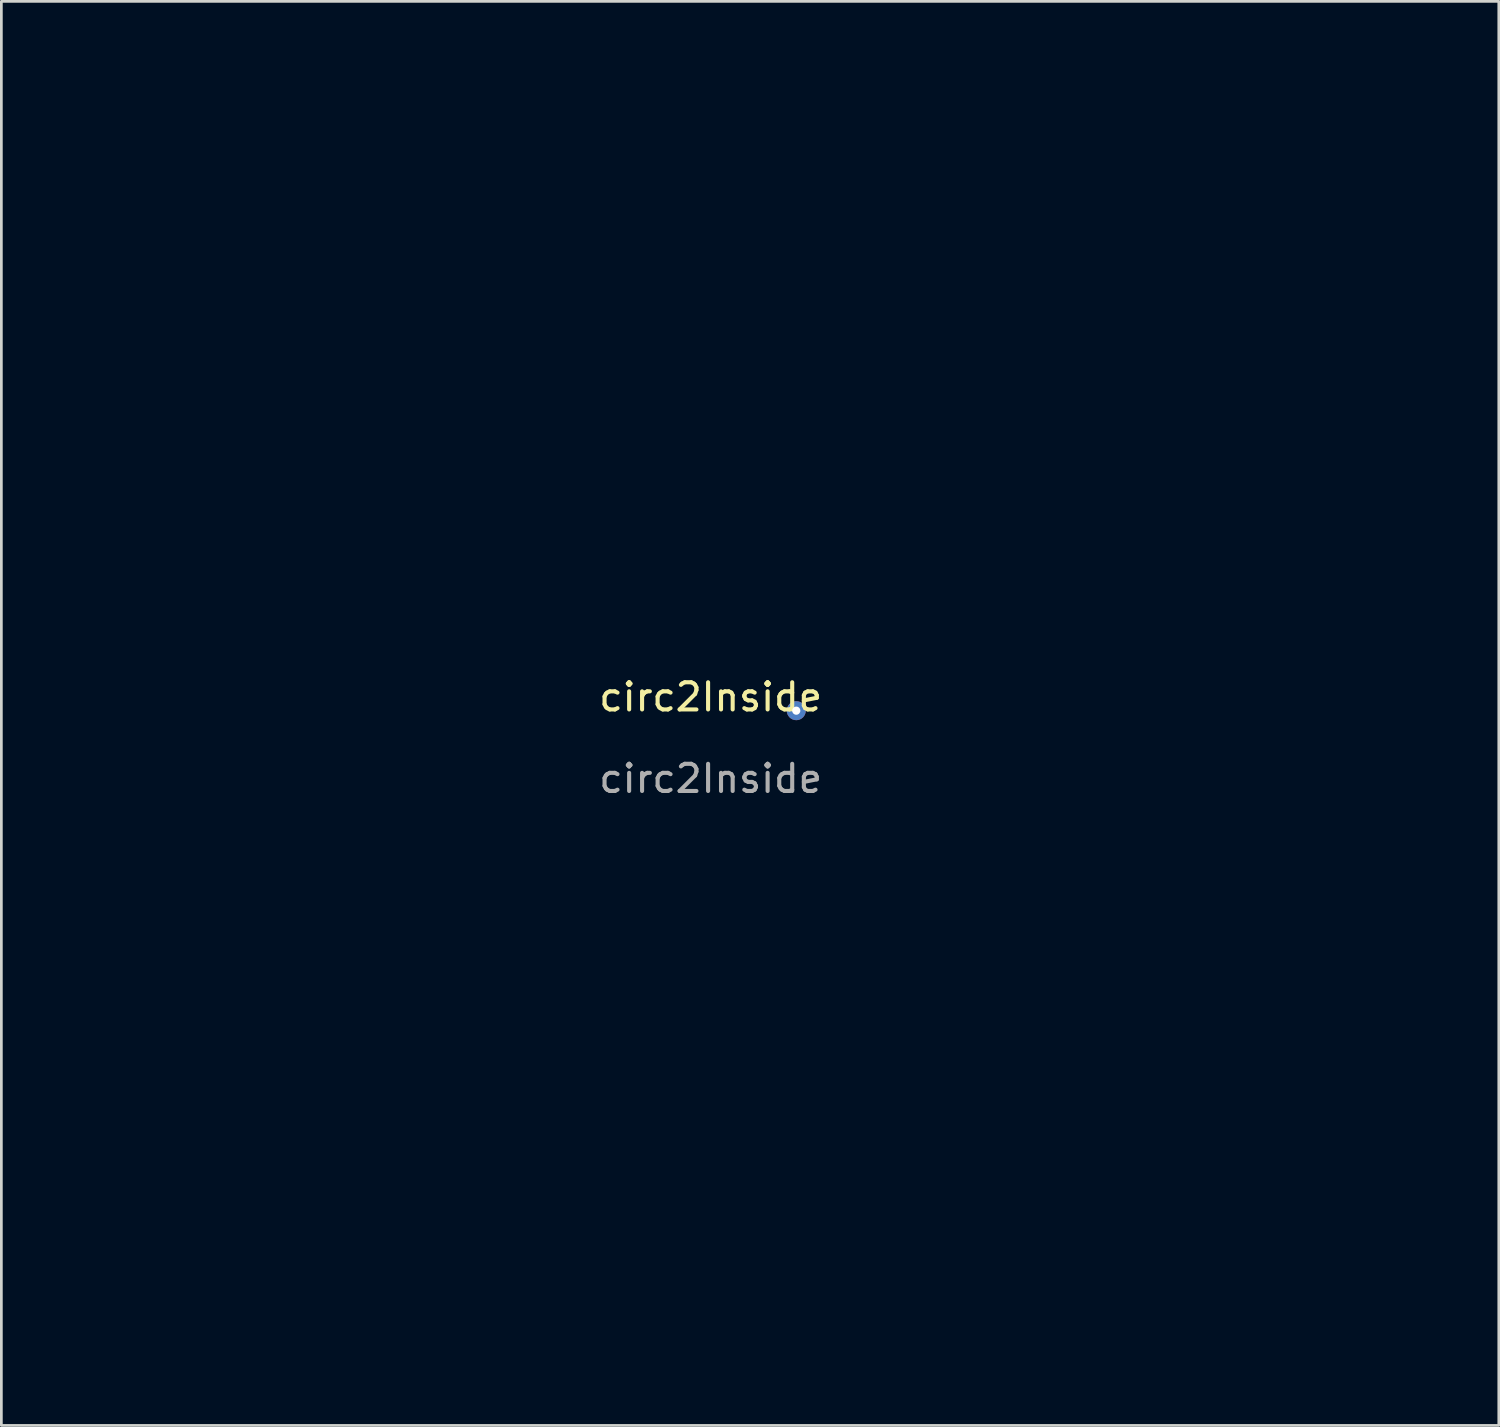
<source format=kicad_pcb>
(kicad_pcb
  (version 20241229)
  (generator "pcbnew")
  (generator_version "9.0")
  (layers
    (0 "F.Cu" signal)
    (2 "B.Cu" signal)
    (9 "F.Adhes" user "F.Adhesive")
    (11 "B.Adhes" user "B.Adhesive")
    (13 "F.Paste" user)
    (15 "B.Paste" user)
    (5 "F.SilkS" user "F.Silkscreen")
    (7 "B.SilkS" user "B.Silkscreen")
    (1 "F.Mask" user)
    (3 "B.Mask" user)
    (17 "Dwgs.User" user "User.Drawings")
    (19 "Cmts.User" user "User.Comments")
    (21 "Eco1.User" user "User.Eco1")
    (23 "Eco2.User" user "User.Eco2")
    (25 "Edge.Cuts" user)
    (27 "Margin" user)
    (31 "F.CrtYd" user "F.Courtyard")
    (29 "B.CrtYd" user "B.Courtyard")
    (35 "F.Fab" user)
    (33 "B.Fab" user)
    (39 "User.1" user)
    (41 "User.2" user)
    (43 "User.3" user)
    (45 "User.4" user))
  (footprint "circ2Inside"
    (layer "F.Cu")
    (at 23.1 23.1)
    (property "Reference" "circ2Inside" (at 0 -0.5 0) (unlocked yes) (layer "F.SilkS") (effects (font (size 1 1) (thickness 0.15))))
    (attr smd)
    (fp_line (start 23.4 0) (end 23.9 -0.5) (stroke (width 0.2) (type solid)) (layer "In1.Cu"))
    (fp_line (start 23.9 -0.5) (end 24.9 -0.5) (stroke (width 0.2) (type solid)) (layer "In1.Cu"))
    (fp_arc (start -23 0) (mid 0 -23) (end 23 0) (stroke (width 0.2) (type solid)) (layer "In1.Cu"))
    (fp_arc (start -22.6 0) (mid 0 -22.6) (end 22.6 0) (stroke (width 0.2) (type solid)) (layer "In1.Cu"))
    (fp_arc (start -22.2 0) (mid 0 -22.2) (end 22.2 0) (stroke (width 0.2) (type solid)) (layer "In1.Cu"))
    (fp_arc (start -21.8 0) (mid 0 -21.8) (end 21.8 0) (stroke (width 0.2) (type solid)) (layer "In1.Cu"))
    (fp_arc (start -21.4 0) (mid 0 -21.4) (end 21.4 0) (stroke (width 0.2) (type solid)) (layer "In1.Cu"))
    (fp_arc (start -21 0) (mid 0 -21) (end 21 0) (stroke (width 0.2) (type solid)) (layer "In1.Cu"))
    (fp_arc (start -20.6 0) (mid 0 -20.6) (end 20.6 0) (stroke (width 0.2) (type solid)) (layer "In1.Cu"))
    (fp_arc (start -20.2 0) (mid 0 -20.2) (end 20.2 0) (stroke (width 0.2) (type solid)) (layer "In1.Cu"))
    (fp_arc (start -19.8 0) (mid 0 -19.8) (end 19.8 0) (stroke (width 0.2) (type solid)) (layer "In1.Cu"))
    (fp_arc (start -19.4 0) (mid 0 -19.4) (end 19.4 0) (stroke (width 0.2) (type solid)) (layer "In1.Cu"))
    (fp_arc (start -19 0) (mid 0 -19) (end 19 0) (stroke (width 0.2) (type solid)) (layer "In1.Cu"))
    (fp_arc (start -18.6 0) (mid 0 -18.6) (end 18.6 0) (stroke (width 0.2) (type solid)) (layer "In1.Cu"))
    (fp_arc (start -18.2 0) (mid 0 -18.2) (end 18.2 0) (stroke (width 0.2) (type solid)) (layer "In1.Cu"))
    (fp_arc (start -17.8 0) (mid 0 -17.8) (end 17.8 0) (stroke (width 0.2) (type solid)) (layer "In1.Cu"))
    (fp_arc (start -17.4 0) (mid 0 -17.4) (end 17.4 0) (stroke (width 0.2) (type solid)) (layer "In1.Cu"))
    (fp_arc (start -17 0) (mid 0 -17) (end 17 0) (stroke (width 0.2) (type solid)) (layer "In1.Cu"))
    (fp_arc (start -16.6 0) (mid 0 -16.6) (end 16.6 0) (stroke (width 0.2) (type solid)) (layer "In1.Cu"))
    (fp_arc (start -16.2 0) (mid 0 -16.2) (end 16.2 0) (stroke (width 0.2) (type solid)) (layer "In1.Cu"))
    (fp_arc (start -15.8 0) (mid 0 -15.8) (end 15.8 0) (stroke (width 0.2) (type solid)) (layer "In1.Cu"))
    (fp_arc (start -15.4 0) (mid 0 -15.4) (end 15.4 0) (stroke (width 0.2) (type solid)) (layer "In1.Cu"))
    (fp_arc (start -15 0) (mid 0 -15) (end 15 0) (stroke (width 0.2) (type solid)) (layer "In1.Cu"))
    (fp_arc (start -14.6 0) (mid 0 -14.6) (end 14.6 0) (stroke (width 0.2) (type solid)) (layer "In1.Cu"))
    (fp_arc (start -14.2 0) (mid 0 -14.2) (end 14.2 0) (stroke (width 0.2) (type solid)) (layer "In1.Cu"))
    (fp_arc (start -13.8 0) (mid 0 -13.8) (end 13.8 0) (stroke (width 0.2) (type solid)) (layer "In1.Cu"))
    (fp_arc (start -13.4 0) (mid 0 -13.4) (end 13.4 0) (stroke (width 0.2) (type solid)) (layer "In1.Cu"))
    (fp_arc (start -13 0) (mid 0 -13) (end 13 0) (stroke (width 0.2) (type solid)) (layer "In1.Cu"))
    (fp_arc (start -12.6 0) (mid 0 -12.6) (end 12.6 0) (stroke (width 0.2) (type solid)) (layer "In1.Cu"))
    (fp_arc (start -12.2 0) (mid 0 -12.2) (end 12.2 0) (stroke (width 0.2) (type solid)) (layer "In1.Cu"))
    (fp_arc (start -11.8 0) (mid 0 -11.8) (end 11.8 0) (stroke (width 0.2) (type solid)) (layer "In1.Cu"))
    (fp_arc (start -11.4 0) (mid 0 -11.4) (end 11.4 0) (stroke (width 0.2) (type solid)) (layer "In1.Cu"))
    (fp_arc (start -11 0) (mid 0 -11) (end 11 0) (stroke (width 0.2) (type solid)) (layer "In1.Cu"))
    (fp_arc (start -10.6 0) (mid 0 -10.6) (end 10.6 0) (stroke (width 0.2) (type solid)) (layer "In1.Cu"))
    (fp_arc (start -10.2 0) (mid 0 -10.2) (end 10.2 0) (stroke (width 0.2) (type solid)) (layer "In1.Cu"))
    (fp_arc (start -9.8 0) (mid 0 -9.8) (end 9.8 0) (stroke (width 0.2) (type solid)) (layer "In1.Cu"))
    (fp_arc (start -9.4 0) (mid 0 -9.4) (end 9.4 0) (stroke (width 0.2) (type solid)) (layer "In1.Cu"))
    (fp_arc (start -9 0) (mid 0 -9) (end 9 0) (stroke (width 0.2) (type solid)) (layer "In1.Cu"))
    (fp_arc (start -8.6 0) (mid 0 -8.6) (end 8.6 0) (stroke (width 0.2) (type solid)) (layer "In1.Cu"))
    (fp_arc (start -8.2 0) (mid 0 -8.2) (end 8.2 0) (stroke (width 0.2) (type solid)) (layer "In1.Cu"))
    (fp_arc (start -7.8 0) (mid 0 -7.8) (end 7.8 0) (stroke (width 0.2) (type solid)) (layer "In1.Cu"))
    (fp_arc (start -7.4 0) (mid 0 -7.4) (end 7.4 0) (stroke (width 0.2) (type solid)) (layer "In1.Cu"))
    (fp_arc (start -7 0) (mid 0 -7) (end 7 0) (stroke (width 0.2) (type solid)) (layer "In1.Cu"))
    (fp_arc (start -6.6 0) (mid 0 -6.6) (end 6.6 0) (stroke (width 0.2) (type solid)) (layer "In1.Cu"))
    (fp_arc (start -6.2 0) (mid 0 -6.2) (end 6.2 0) (stroke (width 0.2) (type solid)) (layer "In1.Cu"))
    (fp_arc (start -5.8 0) (mid 0 -5.8) (end 5.8 0) (stroke (width 0.2) (type solid)) (layer "In1.Cu"))
    (fp_arc (start -5.4 0) (mid 0 -5.4) (end 5.4 0) (stroke (width 0.2) (type solid)) (layer "In1.Cu"))
    (fp_arc (start -5 0) (mid 0 -5) (end 5 0) (stroke (width 0.2) (type solid)) (layer "In1.Cu"))
    (fp_arc (start -4.6 0) (mid 0 -4.6) (end 4.6 0) (stroke (width 0.2) (type solid)) (layer "In1.Cu"))
    (fp_arc (start -4.2 0) (mid 0 -4.2) (end 4.2 0) (stroke (width 0.2) (type solid)) (layer "In1.Cu"))
    (fp_arc (start -3.8 0) (mid 0 -3.8) (end 3.8 0) (stroke (width 0.2) (type solid)) (layer "In1.Cu"))
    (fp_arc (start -3.4 0) (mid 0 -3.4) (end 3.4 0) (stroke (width 0.2) (type solid)) (layer "In1.Cu"))
    (fp_arc (start 3.8 0) (mid 0.2 3.60556) (end -3.4 0) (stroke (width 0.2) (type solid)) (layer "In1.Cu"))
    (fp_arc (start 4.2 0) (mid 0.2 4.005003) (end -3.8 0) (stroke (width 0.2) (type solid)) (layer "In1.Cu"))
    (fp_arc (start 4.6 0) (mid 0.2 4.404547) (end -4.2 0) (stroke (width 0.2) (type solid)) (layer "In1.Cu"))
    (fp_arc (start 5 0) (mid 0.2 4.804169) (end -4.6 0) (stroke (width 0.2) (type solid)) (layer "In1.Cu"))
    (fp_arc (start 5.4 0) (mid 0.2 5.203847) (end -5 0) (stroke (width 0.2) (type solid)) (layer "In1.Cu"))
    (fp_arc (start 5.8 0) (mid 0.2 5.603572) (end -5.4 0) (stroke (width 0.2) (type solid)) (layer "In1.Cu"))
    (fp_arc (start 6.2 0) (mid 0.2 6.003334) (end -5.8 0) (stroke (width 0.2) (type solid)) (layer "In1.Cu"))
    (fp_arc (start 6.6 0) (mid 0.2 6.403126) (end -6.2 0) (stroke (width 0.2) (type solid)) (layer "In1.Cu"))
    (fp_arc (start 7 0) (mid 0.2 6.802942) (end -6.6 0) (stroke (width 0.2) (type solid)) (layer "In1.Cu"))
    (fp_arc (start 7.4 0) (mid 0.2 7.202779) (end -7 0) (stroke (width 0.2) (type solid)) (layer "In1.Cu"))
    (fp_arc (start 7.8 0) (mid 0.2 7.602632) (end -7.4 0) (stroke (width 0.2) (type solid)) (layer "In1.Cu"))
    (fp_arc (start 8.2 0) (mid 0.2 8.0025) (end -7.8 0) (stroke (width 0.2) (type solid)) (layer "In1.Cu"))
    (fp_arc (start 8.6 0) (mid 0.2 8.402381) (end -8.2 0) (stroke (width 0.2) (type solid)) (layer "In1.Cu"))
    (fp_arc (start 9 0) (mid 0.2 8.802273) (end -8.6 0) (stroke (width 0.2) (type solid)) (layer "In1.Cu"))
    (fp_arc (start 9.4 0) (mid 0.2 9.202174) (end -9 0) (stroke (width 0.2) (type solid)) (layer "In1.Cu"))
    (fp_arc (start 9.8 0) (mid 0.2 9.602083) (end -9.4 0) (stroke (width 0.2) (type solid)) (layer "In1.Cu"))
    (fp_arc (start 10.2 0) (mid 0.2 10.002) (end -9.8 0) (stroke (width 0.2) (type solid)) (layer "In1.Cu"))
    (fp_arc (start 10.6 0) (mid 0.2 10.401923) (end -10.2 0) (stroke (width 0.2) (type solid)) (layer "In1.Cu"))
    (fp_arc (start 11 0) (mid 0.2 10.801852) (end -10.6 0) (stroke (width 0.2) (type solid)) (layer "In1.Cu"))
    (fp_arc (start 11.4 0) (mid 0.2 11.201786) (end -11 0) (stroke (width 0.2) (type solid)) (layer "In1.Cu"))
    (fp_arc (start 11.8 0) (mid 0.2 11.601724) (end -11.4 0) (stroke (width 0.2) (type solid)) (layer "In1.Cu"))
    (fp_arc (start 12.2 0) (mid 0.2 12.001667) (end -11.8 0) (stroke (width 0.2) (type solid)) (layer "In1.Cu"))
    (fp_arc (start 12.6 0) (mid 0.2 12.401613) (end -12.2 0) (stroke (width 0.2) (type solid)) (layer "In1.Cu"))
    (fp_arc (start 13 0) (mid 0.2 12.801563) (end -12.6 0) (stroke (width 0.2) (type solid)) (layer "In1.Cu"))
    (fp_arc (start 13.4 0) (mid 0.2 13.201515) (end -13 0) (stroke (width 0.2) (type solid)) (layer "In1.Cu"))
    (fp_arc (start 13.8 0) (mid 0.2 13.601471) (end -13.4 0) (stroke (width 0.2) (type solid)) (layer "In1.Cu"))
    (fp_arc (start 14.2 0) (mid 0.2 14.001429) (end -13.8 0) (stroke (width 0.2) (type solid)) (layer "In1.Cu"))
    (fp_arc (start 14.6 0) (mid 0.2 14.401389) (end -14.2 0) (stroke (width 0.2) (type solid)) (layer "In1.Cu"))
    (fp_arc (start 15 0) (mid 0.2 14.801351) (end -14.6 0) (stroke (width 0.2) (type solid)) (layer "In1.Cu"))
    (fp_arc (start 15.4 0) (mid 0.2 15.201316) (end -15 0) (stroke (width 0.2) (type solid)) (layer "In1.Cu"))
    (fp_arc (start 15.8 0) (mid 0.2 15.601282) (end -15.4 0) (stroke (width 0.2) (type solid)) (layer "In1.Cu"))
    (fp_arc (start 16.2 0) (mid 0.2 16.00125) (end -15.8 0) (stroke (width 0.2) (type solid)) (layer "In1.Cu"))
    (fp_arc (start 16.6 0) (mid 0.2 16.40122) (end -16.2 0) (stroke (width 0.2) (type solid)) (layer "In1.Cu"))
    (fp_arc (start 17 0) (mid 0.2 16.80119) (end -16.6 0) (stroke (width 0.2) (type solid)) (layer "In1.Cu"))
    (fp_arc (start 17.4 0) (mid 0.2 17.201163) (end -17 0) (stroke (width 0.2) (type solid)) (layer "In1.Cu"))
    (fp_arc (start 17.8 0) (mid 0.2 17.601136) (end -17.4 0) (stroke (width 0.2) (type solid)) (layer "In1.Cu"))
    (fp_arc (start 18.2 0) (mid 0.2 18.001111) (end -17.8 0) (stroke (width 0.2) (type solid)) (layer "In1.Cu"))
    (fp_arc (start 18.6 0) (mid 0.2 18.401087) (end -18.2 0) (stroke (width 0.2) (type solid)) (layer "In1.Cu"))
    (fp_arc (start 19 0) (mid 0.2 18.801064) (end -18.6 0) (stroke (width 0.2) (type solid)) (layer "In1.Cu"))
    (fp_arc (start 19.4 0) (mid 0.2 19.201042) (end -19 0) (stroke (width 0.2) (type solid)) (layer "In1.Cu"))
    (fp_arc (start 19.8 0) (mid 0.2 19.60102) (end -19.4 0) (stroke (width 0.2) (type solid)) (layer "In1.Cu"))
    (fp_arc (start 20.2 0) (mid 0.2 20.001) (end -19.8 0) (stroke (width 0.2) (type solid)) (layer "In1.Cu"))
    (fp_arc (start 20.6 0) (mid 0.2 20.40098) (end -20.2 0) (stroke (width 0.2) (type solid)) (layer "In1.Cu"))
    (fp_arc (start 21 0) (mid 0.2 20.800962) (end -20.6 0) (stroke (width 0.2) (type solid)) (layer "In1.Cu"))
    (fp_arc (start 21.4 0) (mid 0.2 21.200943) (end -21 0) (stroke (width 0.2) (type solid)) (layer "In1.Cu"))
    (fp_arc (start 21.8 0) (mid 0.2 21.600926) (end -21.4 0) (stroke (width 0.2) (type solid)) (layer "In1.Cu"))
    (fp_arc (start 22.2 0) (mid 0.2 22.000909) (end -21.8 0) (stroke (width 0.2) (type solid)) (layer "In1.Cu"))
    (fp_arc (start 22.6 0) (mid 0.2 22.400893) (end -22.2 0) (stroke (width 0.2) (type solid)) (layer "In1.Cu"))
    (fp_arc (start 23 0) (mid 0.2 22.800877) (end -22.6 0) (stroke (width 0.2) (type solid)) (layer "In1.Cu"))
    (fp_arc (start 23.4 0) (mid 0.2 23.200862) (end -23 0) (stroke (width 0.2) (type solid)) (layer "In1.Cu"))
    (fp_text user "${REFERENCE}" (at 0 2.5 0) (unlocked yes) (layer "F.Fab") (effects (font (size 1 1) (thickness 0.15))))
    (pad "1" smd roundrect (at 25.4 -0.5) (size 1.2 0.2) (layers "In1.Cu") (roundrect_rratio 0.25))
    (pad "2" thru_hole circle (at 3.15 0) (size 0.7 0.7) (drill 0.3) (layers "*.Cu" "*.Mask")))
  (gr_rect
    (start -3 -3)
    (end 52.1 49.401)
    (stroke (width 0.1) (type default))
    (fill no)
    (layer "Edge.Cuts")))
</source>
